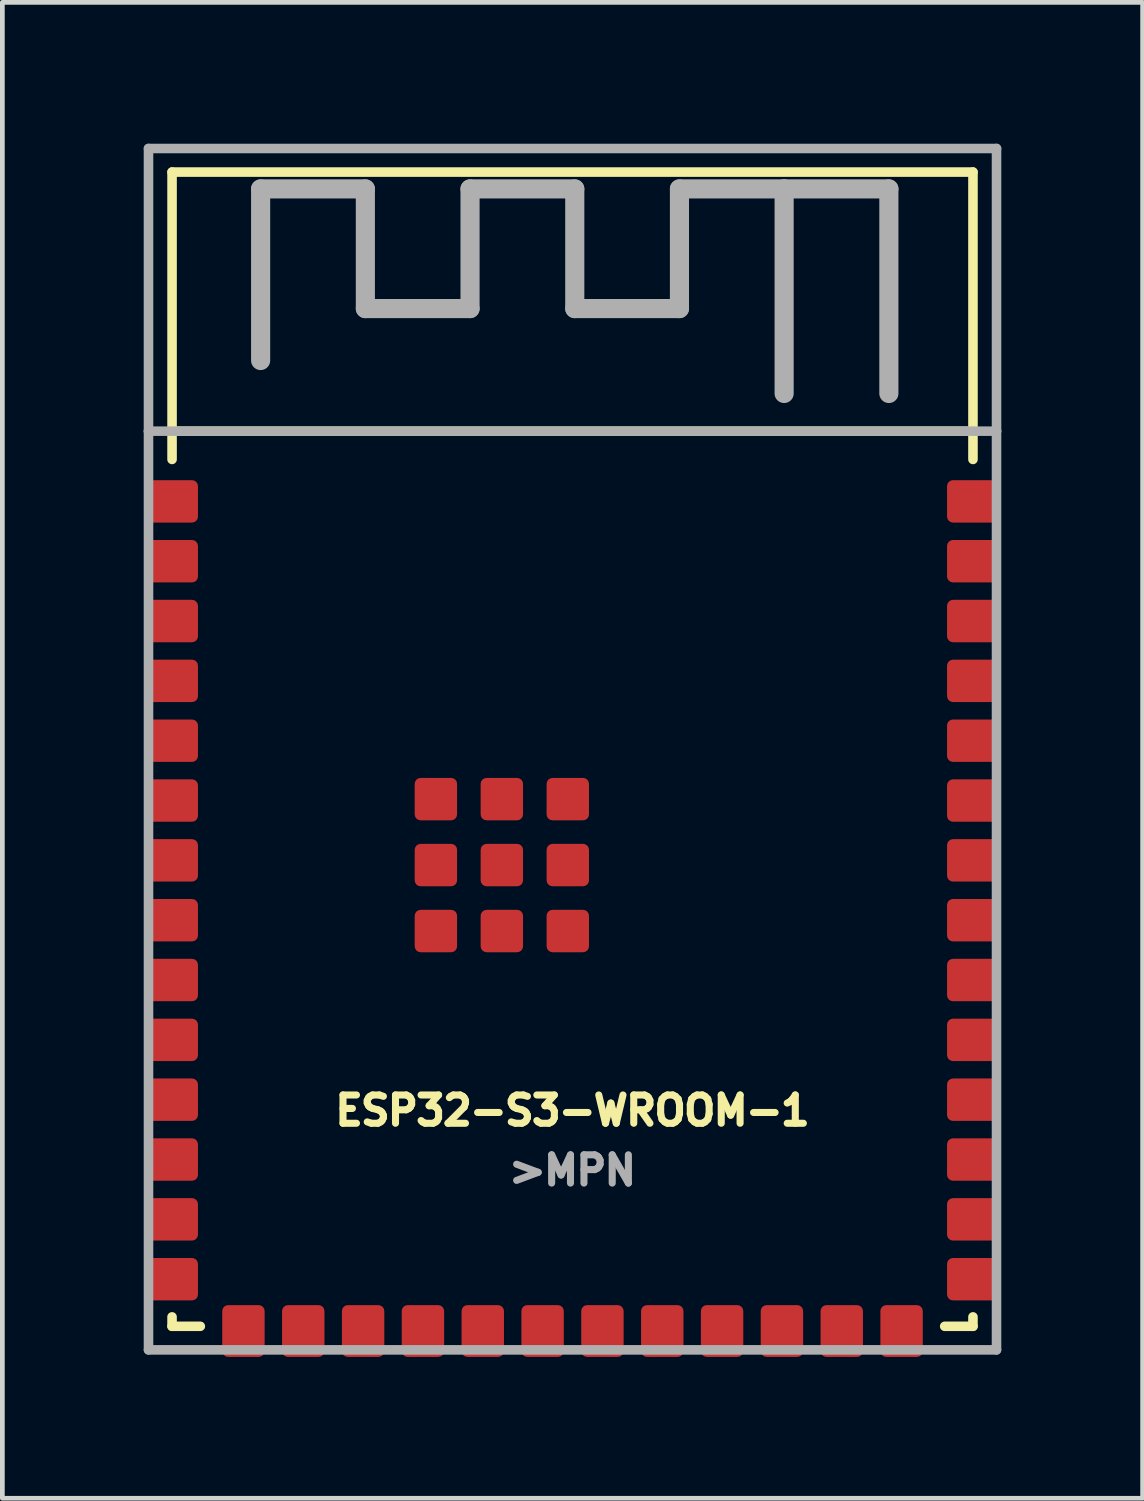
<source format=kicad_pcb>
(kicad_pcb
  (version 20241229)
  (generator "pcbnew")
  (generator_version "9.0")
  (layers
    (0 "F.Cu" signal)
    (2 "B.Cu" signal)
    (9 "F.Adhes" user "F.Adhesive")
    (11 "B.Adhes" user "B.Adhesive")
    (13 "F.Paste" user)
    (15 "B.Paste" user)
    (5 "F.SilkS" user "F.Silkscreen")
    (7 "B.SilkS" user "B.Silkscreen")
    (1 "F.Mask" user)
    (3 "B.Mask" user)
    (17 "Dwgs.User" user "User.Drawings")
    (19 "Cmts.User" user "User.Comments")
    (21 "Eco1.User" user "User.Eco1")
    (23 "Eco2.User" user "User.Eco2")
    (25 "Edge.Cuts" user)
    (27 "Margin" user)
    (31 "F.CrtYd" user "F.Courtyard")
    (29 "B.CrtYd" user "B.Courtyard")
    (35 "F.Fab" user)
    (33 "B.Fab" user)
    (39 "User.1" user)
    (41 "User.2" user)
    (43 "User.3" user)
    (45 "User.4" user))
  (footprint "ESP32-S3-WROOM-1"
    (layer "F.Cu")
    (at 9.102 17.602)
    (property "Reference" "ESP32-S3-WROOM-1" (at 0 2.92 0) (layer "F.SilkS") (effects (font (size 0.6 0.6) (thickness 0.15))))
    (attr smd)
    (fp_line (start -8.5 -17) (end -8.5 -11.5) (stroke (width 0.203) (type solid)) (layer "F.SilkS"))
    (fp_line (start -8.5 -17) (end 8.5 -17) (stroke (width 0.203) (type solid)) (layer "F.SilkS"))
    (fp_line (start -8.5 -11.5) (end -8.5 -10.9) (stroke (width 0.203) (type solid)) (layer "F.SilkS"))
    (fp_line (start -8.5 -11.5) (end 8.5 -11.5) (stroke (width 0.203) (type solid)) (layer "F.SilkS"))
    (fp_line (start -8.5 7.3) (end -8.5 7.5) (stroke (width 0.203) (type solid)) (layer "F.SilkS"))
    (fp_line (start -8.5 7.5) (end -7.9 7.5) (stroke (width 0.203) (type solid)) (layer "F.SilkS"))
    (fp_line (start 7.9 7.5) (end 8.5 7.5) (stroke (width 0.203) (type solid)) (layer "F.SilkS"))
    (fp_line (start 8.5 -17) (end 8.5 -11.5) (stroke (width 0.203) (type solid)) (layer "F.SilkS"))
    (fp_line (start 8.5 -11.5) (end 8.5 -10.9) (stroke (width 0.203) (type solid)) (layer "F.SilkS"))
    (fp_line (start 8.5 7.5) (end 8.5 7.3) (stroke (width 0.203) (type solid)) (layer "F.SilkS"))
    (fp_line (start -9 -17.5) (end 9 -17.5) (stroke (width 0.203) (type solid)) (layer "F.Fab"))
    (fp_line (start -9 -11.5) (end -9 -17.5) (stroke (width 0.203) (type solid)) (layer "F.Fab"))
    (fp_line (start -9 -11.5) (end 9 -11.5) (stroke (width 0.203) (type solid)) (layer "F.Fab"))
    (fp_line (start -9 8) (end -9 -11.5) (stroke (width 0.203) (type solid)) (layer "F.Fab"))
    (fp_line (start -6.62 -16.642) (end -4.397 -16.642) (stroke (width 0.406) (type solid)) (layer "F.Fab"))
    (fp_line (start -6.62 -13) (end -6.62 -16.642) (stroke (width 0.406) (type solid)) (layer "F.Fab"))
    (fp_line (start -4.397 -16.642) (end -4.397 -14.102) (stroke (width 0.406) (type solid)) (layer "F.Fab"))
    (fp_line (start -4.397 -14.102) (end -2.175 -14.102) (stroke (width 0.406) (type solid)) (layer "F.Fab"))
    (fp_line (start -2.175 -16.642) (end 0.048 -16.642) (stroke (width 0.406) (type solid)) (layer "F.Fab"))
    (fp_line (start -2.175 -14.102) (end -2.175 -16.642) (stroke (width 0.406) (type solid)) (layer "F.Fab"))
    (fp_line (start 0.048 -16.642) (end 0.048 -14.102) (stroke (width 0.406) (type solid)) (layer "F.Fab"))
    (fp_line (start 0.048 -14.102) (end 2.27 -14.102) (stroke (width 0.406) (type solid)) (layer "F.Fab"))
    (fp_line (start 2.27 -16.642) (end 4.492 -16.642) (stroke (width 0.406) (type solid)) (layer "F.Fab"))
    (fp_line (start 2.27 -14.102) (end 2.27 -16.642) (stroke (width 0.406) (type solid)) (layer "F.Fab"))
    (fp_line (start 4.492 -16.642) (end 4.492 -12.3) (stroke (width 0.406) (type solid)) (layer "F.Fab"))
    (fp_line (start 4.492 -16.642) (end 6.715 -16.642) (stroke (width 0.406) (type solid)) (layer "F.Fab"))
    (fp_line (start 6.715 -16.642) (end 6.715 -12.3) (stroke (width 0.406) (type solid)) (layer "F.Fab"))
    (fp_line (start 9 -17.5) (end 9 -11.5) (stroke (width 0.203) (type solid)) (layer "F.Fab"))
    (fp_line (start 9 -11.5) (end 9 8) (stroke (width 0.203) (type solid)) (layer "F.Fab"))
    (fp_line (start 9 8) (end -9 8) (stroke (width 0.203) (type solid)) (layer "F.Fab"))
    (fp_text user ">MPN" (at 0 4.19 0) (layer "F.Fab") (effects (font (size 0.6 0.6) (thickness 0.15))))
    (pad "1" smd roundrect (at -8.5 -10.01) (size 1.1 0.9) (layers "F.Cu" "F.Mask" "F.Paste") (roundrect_rratio 0.14))
    (pad "2" smd roundrect (at -8.5 -8.74) (size 1.1 0.9) (layers "F.Cu" "F.Mask" "F.Paste") (roundrect_rratio 0.14))
    (pad "3" smd roundrect (at -8.5 -7.47) (size 1.1 0.9) (layers "F.Cu" "F.Mask" "F.Paste") (roundrect_rratio 0.14))
    (pad "4" smd roundrect (at -8.5 -6.2) (size 1.1 0.9) (layers "F.Cu" "F.Mask" "F.Paste") (roundrect_rratio 0.14))
    (pad "5" smd roundrect (at -8.5 -4.93) (size 1.1 0.9) (layers "F.Cu" "F.Mask" "F.Paste") (roundrect_rratio 0.14))
    (pad "6" smd roundrect (at -8.5 -3.66) (size 1.1 0.9) (layers "F.Cu" "F.Mask" "F.Paste") (roundrect_rratio 0.14))
    (pad "7" smd roundrect (at -8.5 -2.39) (size 1.1 0.9) (layers "F.Cu" "F.Mask" "F.Paste") (roundrect_rratio 0.14))
    (pad "8" smd roundrect (at -8.5 -1.12) (size 1.1 0.9) (layers "F.Cu" "F.Mask" "F.Paste") (roundrect_rratio 0.14))
    (pad "9" smd roundrect (at -8.5 0.15) (size 1.1 0.9) (layers "F.Cu" "F.Mask" "F.Paste") (roundrect_rratio 0.14))
    (pad "10" smd roundrect (at -8.5 1.42) (size 1.1 0.9) (layers "F.Cu" "F.Mask" "F.Paste") (roundrect_rratio 0.14))
    (pad "11" smd roundrect (at -8.5 2.69) (size 1.1 0.9) (layers "F.Cu" "F.Mask" "F.Paste") (roundrect_rratio 0.14))
    (pad "12" smd roundrect (at -8.5 3.96) (size 1.1 0.9) (layers "F.Cu" "F.Mask" "F.Paste") (roundrect_rratio 0.14))
    (pad "13" smd roundrect (at -8.5 5.23) (size 1.1 0.9) (layers "F.Cu" "F.Mask" "F.Paste") (roundrect_rratio 0.14))
    (pad "14" smd roundrect (at -8.5 6.5) (size 1.1 0.9) (layers "F.Cu" "F.Mask" "F.Paste") (roundrect_rratio 0.14))
    (pad "15" smd roundrect (at -6.985 7.6 90) (size 1.1 0.9) (layers "F.Cu" "F.Mask" "F.Paste") (roundrect_rratio 0.14))
    (pad "16" smd roundrect (at -5.715 7.6 90) (size 1.1 0.9) (layers "F.Cu" "F.Mask" "F.Paste") (roundrect_rratio 0.14))
    (pad "17" smd roundrect (at -4.445 7.6 90) (size 1.1 0.9) (layers "F.Cu" "F.Mask" "F.Paste") (roundrect_rratio 0.14))
    (pad "18" smd roundrect (at -3.175 7.6 90) (size 1.1 0.9) (layers "F.Cu" "F.Mask" "F.Paste") (roundrect_rratio 0.14))
    (pad "19" smd roundrect (at -1.905 7.6 90) (size 1.1 0.9) (layers "F.Cu" "F.Mask" "F.Paste") (roundrect_rratio 0.14))
    (pad "20" smd roundrect (at -0.635 7.6 90) (size 1.1 0.9) (layers "F.Cu" "F.Mask" "F.Paste") (roundrect_rratio 0.14))
    (pad "21" smd roundrect (at 0.635 7.6 90) (size 1.1 0.9) (layers "F.Cu" "F.Mask" "F.Paste") (roundrect_rratio 0.14))
    (pad "22" smd roundrect (at 1.905 7.6 90) (size 1.1 0.9) (layers "F.Cu" "F.Mask" "F.Paste") (roundrect_rratio 0.14))
    (pad "23" smd roundrect (at 3.175 7.6 90) (size 1.1 0.9) (layers "F.Cu" "F.Mask" "F.Paste") (roundrect_rratio 0.14))
    (pad "24" smd roundrect (at 4.445 7.6 90) (size 1.1 0.9) (layers "F.Cu" "F.Mask" "F.Paste") (roundrect_rratio 0.14))
    (pad "25" smd roundrect (at 5.715 7.6 90) (size 1.1 0.9) (layers "F.Cu" "F.Mask" "F.Paste") (roundrect_rratio 0.14))
    (pad "26" smd roundrect (at 6.985 7.6 90) (size 1.1 0.9) (layers "F.Cu" "F.Mask" "F.Paste") (roundrect_rratio 0.14))
    (pad "27" smd roundrect (at 8.5 6.5) (size 1.1 0.9) (layers "F.Cu" "F.Mask" "F.Paste") (roundrect_rratio 0.14))
    (pad "28" smd roundrect (at 8.5 5.23) (size 1.1 0.9) (layers "F.Cu" "F.Mask" "F.Paste") (roundrect_rratio 0.14))
    (pad "29" smd roundrect (at 8.5 3.96) (size 1.1 0.9) (layers "F.Cu" "F.Mask" "F.Paste") (roundrect_rratio 0.14))
    (pad "30" smd roundrect (at 8.5 2.69) (size 1.1 0.9) (layers "F.Cu" "F.Mask" "F.Paste") (roundrect_rratio 0.14))
    (pad "31" smd roundrect (at 8.5 1.42) (size 1.1 0.9) (layers "F.Cu" "F.Mask" "F.Paste") (roundrect_rratio 0.14))
    (pad "32" smd roundrect (at 8.5 0.15) (size 1.1 0.9) (layers "F.Cu" "F.Mask" "F.Paste") (roundrect_rratio 0.14))
    (pad "33" smd roundrect (at 8.5 -1.12) (size 1.1 0.9) (layers "F.Cu" "F.Mask" "F.Paste") (roundrect_rratio 0.14))
    (pad "34" smd roundrect (at 8.5 -2.39) (size 1.1 0.9) (layers "F.Cu" "F.Mask" "F.Paste") (roundrect_rratio 0.14))
    (pad "35" smd roundrect (at 8.5 -3.66) (size 1.1 0.9) (layers "F.Cu" "F.Mask" "F.Paste") (roundrect_rratio 0.14))
    (pad "36" smd roundrect (at 8.5 -4.93) (size 1.1 0.9) (layers "F.Cu" "F.Mask" "F.Paste") (roundrect_rratio 0.14))
    (pad "37" smd roundrect (at 8.5 -6.2) (size 1.1 0.9) (layers "F.Cu" "F.Mask" "F.Paste") (roundrect_rratio 0.14))
    (pad "38" smd roundrect (at 8.5 -7.47) (size 1.1 0.9) (layers "F.Cu" "F.Mask" "F.Paste") (roundrect_rratio 0.14))
    (pad "39" smd roundrect (at 8.5 -8.74) (size 1.1 0.9) (layers "F.Cu" "F.Mask" "F.Paste") (roundrect_rratio 0.14))
    (pad "40" smd roundrect (at 8.5 -10.01) (size 1.1 0.9) (layers "F.Cu" "F.Mask" "F.Paste") (roundrect_rratio 0.14))
    (pad "P$1" smd roundrect (at -2.9 -3.69) (size 0.9 0.9) (layers "F.Cu" "F.Mask" "F.Paste") (roundrect_rratio 0.14))
    (pad "P$2" smd roundrect (at -1.5 -3.69) (size 0.9 0.9) (layers "F.Cu" "F.Mask" "F.Paste") (roundrect_rratio 0.14))
    (pad "P$3" smd roundrect (at -0.1 -3.69) (size 0.9 0.9) (layers "F.Cu" "F.Mask" "F.Paste") (roundrect_rratio 0.14))
    (pad "P$4" smd roundrect (at -2.9 -2.29) (size 0.9 0.9) (layers "F.Cu" "F.Mask" "F.Paste") (roundrect_rratio 0.14))
    (pad "P$5" smd roundrect (at -1.5 -2.29) (size 0.9 0.9) (layers "F.Cu" "F.Mask" "F.Paste") (roundrect_rratio 0.14))
    (pad "P$6" smd roundrect (at -0.1 -2.29) (size 0.9 0.9) (layers "F.Cu" "F.Mask" "F.Paste") (roundrect_rratio 0.14))
    (pad "P$7" smd roundrect (at -2.9 -0.89) (size 0.9 0.9) (layers "F.Cu" "F.Mask" "F.Paste") (roundrect_rratio 0.14))
    (pad "P$8" smd roundrect (at -1.5 -0.89) (size 0.9 0.9) (layers "F.Cu" "F.Mask" "F.Paste") (roundrect_rratio 0.14))
    (pad "P$9" smd roundrect (at -0.1 -0.89) (size 0.9 0.9) (layers "F.Cu" "F.Mask" "F.Paste") (roundrect_rratio 0.14)))
  (gr_rect
    (start -3 -3)
    (end 21.203 28.752)
    (stroke (width 0.1) (type default))
    (fill no)
    (layer "Edge.Cuts")))
</source>
